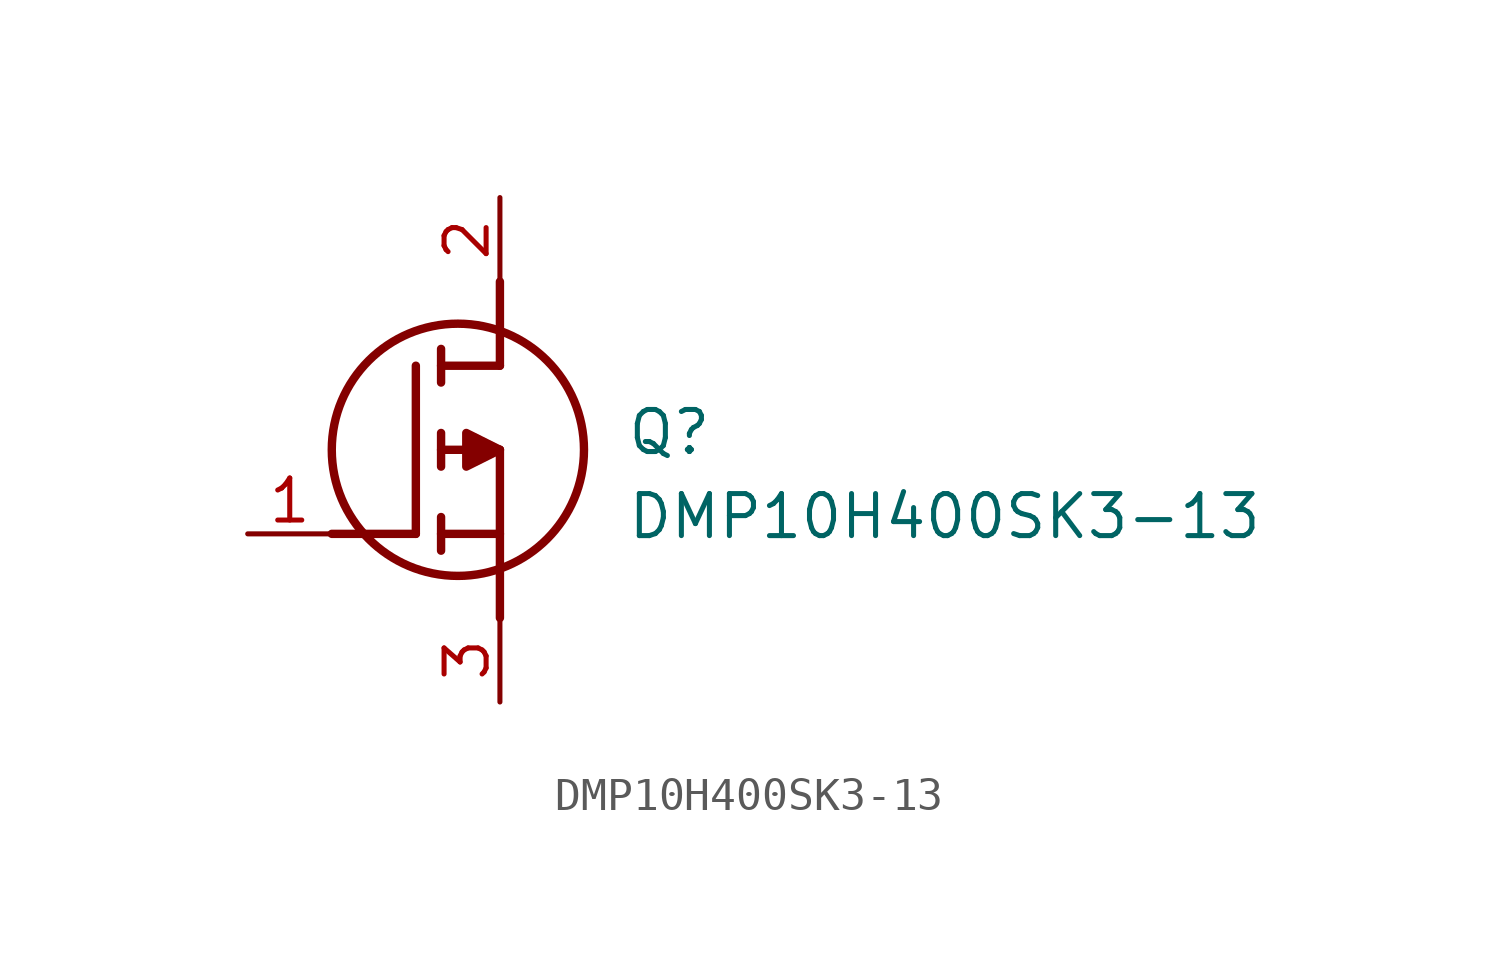
<source format=kicad_sym>
(kicad_symbol_lib
  (version 20211014)
  (generator SamacSys_ECAD_Model)
  (symbol "DMP10H400SK3-13"
    (pin_names hide)
    (property "Reference" "Q"
      (at 11.43 3.81 0)
      (effects (font (size 1.27 1.27)) (justify left top)))
    (property "Value" "DMP10H400SK3-13"
      (at 11.43 1.27 0)
      (effects (font (size 1.27 1.27)) (justify left top)))
    (polyline
      (pts (xy 7.62 2.54) (xy 7.62 -2.54))
      (stroke (width 0.254) (type default))
      (fill (type none)))
    (polyline
      (pts (xy 7.62 5.08) (xy 7.62 7.62))
      (stroke (width 0.254) (type default))
      (fill (type none)))
    (polyline
      (pts (xy 2.54 0) (xy 5.08 0))
      (stroke (width 0.254) (type default))
      (fill (type none)))
    (polyline
      (pts (xy 5.08 5.08) (xy 5.08 0))
      (stroke (width 0.254) (type default))
      (fill (type none)))
    (polyline
      (pts (xy 7.62 2.54) (xy 5.842 2.54))
      (stroke (width 0.254) (type default))
      (fill (type none)))
    (polyline
      (pts (xy 7.62 5.08) (xy 5.842 5.08))
      (stroke (width 0.254) (type default))
      (fill (type none)))
    (polyline
      (pts (xy 5.842 0) (xy 7.62 0))
      (stroke (width 0.254) (type default))
      (fill (type none)))
    (polyline
      (pts (xy 5.842 5.588) (xy 5.842 4.572))
      (stroke (width 0.254) (type default))
      (fill (type none)))
    (polyline
      (pts (xy 5.842 -0.508) (xy 5.842 0.508))
      (stroke (width 0.254) (type default))
      (fill (type none)))
    (polyline
      (pts (xy 5.842 2.032) (xy 5.842 3.048))
      (stroke (width 0.254) (type default))
      (fill (type none)))
    (circle
      (center 6.35 2.54)
      (radius 3.81)
      (stroke (width 0.254) (type default))
      (fill (type none)))
    (polyline
      (pts (xy 7.62 2.54) (xy 6.604 3.048) (xy 6.604 2.032) (xy 7.62 2.54))
      (stroke (width 0.254) (type default))
      (fill (type outline)))
    (pin passive line
      (at 0 0 0)
      (length 2.54)
      (name "G" (effects (font (size 1.27 1.27))))
      (number "1" (effects (font (size 1.27 1.27)))))
    (pin passive line
      (at 7.62 10.16 270)
      (length 2.54)
      (name "D" (effects (font (size 1.27 1.27))))
      (number "2" (effects (font (size 1.27 1.27)))))
    (pin passive line
      (at 7.62 -5.08 90)
      (length 2.54)
      (name "S" (effects (font (size 1.27 1.27))))
      (number "3" (effects (font (size 1.27 1.27)))))))
</source>
